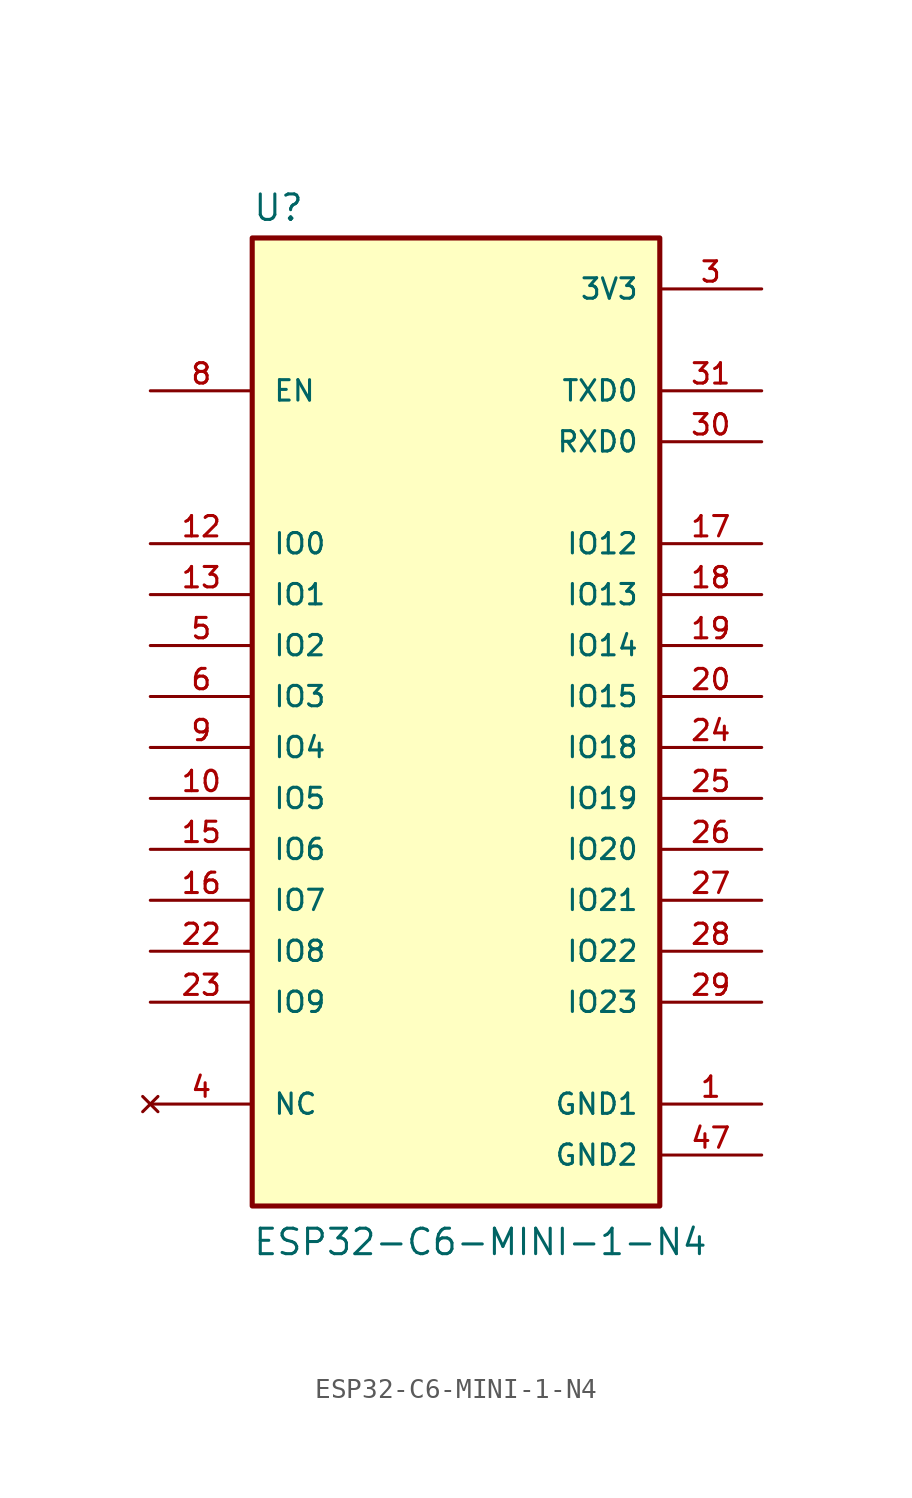
<source format=kicad_sym>
(kicad_symbol_lib
  (version 20211014)
  (generator kicad_symbol_editor)
  (symbol "ESP32-C6-MINI-1-N4"
    (pin_names
      (offset 1.016))
    (property "Reference" "U"
      (at -10.16 23.622 0)
      (effects (font (size 1.27 1.27)) (justify bottom left)))
    (property "Value" "ESP32-C6-MINI-1-N4"
      (at -10.16 -27.94 0)
      (effects (font (size 1.27 1.27)) (justify bottom left)))
    (symbol "ESP32-C6-MINI-1-N4_0_0"
      (rectangle (start -10.16 -25.4) (end 10.16 22.86) (stroke (width 0.254)) (fill (type background)))
      (pin bidirectional line (at -15.24 2.54 0) (length 5.08) (name "IO2" (effects (font (size 1.016 1.016)))) (number "5" (effects (font (size 1.016 1.016)))))
      (pin bidirectional line (at -15.24 0.0 0) (length 5.08) (name "IO3" (effects (font (size 1.016 1.016)))) (number "6" (effects (font (size 1.016 1.016)))))
      (pin bidirectional line (at -15.24 -2.54 0) (length 5.08) (name "IO4" (effects (font (size 1.016 1.016)))) (number "9" (effects (font (size 1.016 1.016)))))
      (pin bidirectional line (at -15.24 -5.08 0) (length 5.08) (name "IO5" (effects (font (size 1.016 1.016)))) (number "10" (effects (font (size 1.016 1.016)))))
      (pin bidirectional line (at -15.24 -7.62 0) (length 5.08) (name "IO6" (effects (font (size 1.016 1.016)))) (number "15" (effects (font (size 1.016 1.016)))))
      (pin bidirectional line (at -15.24 -10.16 0) (length 5.08) (name "IO7" (effects (font (size 1.016 1.016)))) (number "16" (effects (font (size 1.016 1.016)))))
      (pin bidirectional line (at -15.24 -12.7 0) (length 5.08) (name "IO8" (effects (font (size 1.016 1.016)))) (number "22" (effects (font (size 1.016 1.016)))))
      (pin bidirectional line (at -15.24 -15.24 0) (length 5.08) (name "IO9" (effects (font (size 1.016 1.016)))) (number "23" (effects (font (size 1.016 1.016)))))
      (pin bidirectional line (at 15.24 7.62 180.0) (length 5.08) (name "IO12" (effects (font (size 1.016 1.016)))) (number "17" (effects (font (size 1.016 1.016)))))
      (pin bidirectional line (at 15.24 5.08 180.0) (length 5.08) (name "IO13" (effects (font (size 1.016 1.016)))) (number "18" (effects (font (size 1.016 1.016)))))
      (pin bidirectional line (at 15.24 2.54 180.0) (length 5.08) (name "IO14" (effects (font (size 1.016 1.016)))) (number "19" (effects (font (size 1.016 1.016)))))
      (pin bidirectional line (at 15.24 0.0 180.0) (length 5.08) (name "IO15" (effects (font (size 1.016 1.016)))) (number "20" (effects (font (size 1.016 1.016)))))
      (pin bidirectional line (at 15.24 -2.54 180.0) (length 5.08) (name "IO18" (effects (font (size 1.016 1.016)))) (number "24" (effects (font (size 1.016 1.016)))))
      (pin bidirectional line (at 15.24 -5.08 180.0) (length 5.08) (name "IO19" (effects (font (size 1.016 1.016)))) (number "25" (effects (font (size 1.016 1.016)))))
      (pin bidirectional line (at 15.24 -7.62 180.0) (length 5.08) (name "IO20" (effects (font (size 1.016 1.016)))) (number "26" (effects (font (size 1.016 1.016)))))
      (pin bidirectional line (at 15.24 -10.16 180.0) (length 5.08) (name "IO21" (effects (font (size 1.016 1.016)))) (number "27" (effects (font (size 1.016 1.016)))))
      (pin bidirectional line (at 15.24 -12.7 180.0) (length 5.08) (name "IO22" (effects (font (size 1.016 1.016)))) (number "28" (effects (font (size 1.016 1.016)))))
      (pin bidirectional line (at 15.24 -15.24 180.0) (length 5.08) (name "IO23" (effects (font (size 1.016 1.016)))) (number "29" (effects (font (size 1.016 1.016)))))
      (pin input line (at -15.24 15.24 0) (length 5.08) (name "EN" (effects (font (size 1.016 1.016)))) (number "8" (effects (font (size 1.016 1.016)))))
      (pin bidirectional line (at 15.24 15.24 180.0) (length 5.08) (name "TXD0" (effects (font (size 1.016 1.016)))) (number "31" (effects (font (size 1.016 1.016)))))
      (pin bidirectional line (at 15.24 12.7 180.0) (length 5.08) (name "RXD0" (effects (font (size 1.016 1.016)))) (number "30" (effects (font (size 1.016 1.016)))))
      (pin power_in line (at 15.24 20.32 180.0) (length 5.08) (name "3V3" (effects (font (size 1.016 1.016)))) (number "3" (effects (font (size 1.016 1.016)))))
      (pin power_in line (at 15.24 -20.32 180.0) (length 5.08) (name "GND1" (effects (font (size 1.016 1.016)))) (number "1" (effects (font (size 1.016 1.016)))))
      (pin power_in line (at 15.24 -20.32 180.0) (length 5.08) hide (name "GND1" (effects (font (size 1.016 1.016)))) (number "2" (effects (font (size 1.016 1.016)))))
      (pin power_in line (at 15.24 -20.32 180.0) (length 5.08) hide (name "GND1" (effects (font (size 1.016 1.016)))) (number "11" (effects (font (size 1.016 1.016)))))
      (pin power_in line (at 15.24 -20.32 180.0) (length 5.08) hide (name "GND1" (effects (font (size 1.016 1.016)))) (number "14" (effects (font (size 1.016 1.016)))))
      (pin power_in line (at 15.24 -20.32 180.0) (length 5.08) hide (name "GND1" (effects (font (size 1.016 1.016)))) (number "36" (effects (font (size 1.016 1.016)))))
      (pin power_in line (at 15.24 -20.32 180.0) (length 5.08) hide (name "GND1" (effects (font (size 1.016 1.016)))) (number "37" (effects (font (size 1.016 1.016)))))
      (pin power_in line (at 15.24 -20.32 180.0) (length 5.08) hide (name "GND1" (effects (font (size 1.016 1.016)))) (number "38" (effects (font (size 1.016 1.016)))))
      (pin power_in line (at 15.24 -20.32 180.0) (length 5.08) hide (name "GND1" (effects (font (size 1.016 1.016)))) (number "39" (effects (font (size 1.016 1.016)))))
      (pin power_in line (at 15.24 -20.32 180.0) (length 5.08) hide (name "GND1" (effects (font (size 1.016 1.016)))) (number "40" (effects (font (size 1.016 1.016)))))
      (pin power_in line (at 15.24 -20.32 180.0) (length 5.08) hide (name "GND1" (effects (font (size 1.016 1.016)))) (number "41" (effects (font (size 1.016 1.016)))))
      (pin power_in line (at 15.24 -20.32 180.0) (length 5.08) hide (name "GND1" (effects (font (size 1.016 1.016)))) (number "42" (effects (font (size 1.016 1.016)))))
      (pin power_in line (at 15.24 -20.32 180.0) (length 5.08) hide (name "GND1" (effects (font (size 1.016 1.016)))) (number "43" (effects (font (size 1.016 1.016)))))
      (pin power_in line (at 15.24 -20.32 180.0) (length 5.08) hide (name "GND1" (effects (font (size 1.016 1.016)))) (number "44" (effects (font (size 1.016 1.016)))))
      (pin power_in line (at 15.24 -20.32 180.0) (length 5.08) hide (name "GND1" (effects (font (size 1.016 1.016)))) (number "45" (effects (font (size 1.016 1.016)))))
      (pin power_in line (at 15.24 -20.32 180.0) (length 5.08) hide (name "GND1" (effects (font (size 1.016 1.016)))) (number "46" (effects (font (size 1.016 1.016)))))
      (pin no_connect line (at -15.24 -20.32 0) (length 5.08) (name "NC" (effects (font (size 1.016 1.016)))) (number "4" (effects (font (size 1.016 1.016)))))
      (pin no_connect line (at -15.24 -20.32 0) (length 5.08) hide (name "NC" (effects (font (size 1.016 1.016)))) (number "7" (effects (font (size 1.016 1.016)))))
      (pin no_connect line (at -15.24 -20.32 0) (length 5.08) hide (name "NC" (effects (font (size 1.016 1.016)))) (number "21" (effects (font (size 1.016 1.016)))))
      (pin no_connect line (at -15.24 -20.32 0) (length 5.08) hide (name "NC" (effects (font (size 1.016 1.016)))) (number "32" (effects (font (size 1.016 1.016)))))
      (pin no_connect line (at -15.24 -20.32 0) (length 5.08) hide (name "NC" (effects (font (size 1.016 1.016)))) (number "33" (effects (font (size 1.016 1.016)))))
      (pin no_connect line (at -15.24 -20.32 0) (length 5.08) hide (name "NC" (effects (font (size 1.016 1.016)))) (number "34" (effects (font (size 1.016 1.016)))))
      (pin no_connect line (at -15.24 -20.32 0) (length 5.08) hide (name "NC" (effects (font (size 1.016 1.016)))) (number "35" (effects (font (size 1.016 1.016)))))
      (pin bidirectional line (at -15.24 5.08 0) (length 5.08) (name "IO1" (effects (font (size 1.016 1.016)))) (number "13" (effects (font (size 1.016 1.016)))))
      (pin bidirectional line (at -15.24 7.62 0) (length 5.08) (name "IO0" (effects (font (size 1.016 1.016)))) (number "12" (effects (font (size 1.016 1.016)))))
      (pin power_in line (at 15.24 -22.86 180.0) (length 5.08) (name "GND2" (effects (font (size 1.016 1.016)))) (number "47" (effects (font (size 1.016 1.016)))))
      (pin power_in line (at 15.24 -22.86 180.0) (length 5.08) hide (name "GND2" (effects (font (size 1.016 1.016)))) (number "48" (effects (font (size 1.016 1.016)))))
      (pin power_in line (at 15.24 -22.86 180.0) (length 5.08) hide (name "GND2" (effects (font (size 1.016 1.016)))) (number "49_1" (effects (font (size 1.016 1.016)))))
      (pin power_in line (at 15.24 -22.86 180.0) (length 5.08) hide (name "GND2" (effects (font (size 1.016 1.016)))) (number "49_2" (effects (font (size 1.016 1.016)))))
      (pin power_in line (at 15.24 -22.86 180.0) (length 5.08) hide (name "GND2" (effects (font (size 1.016 1.016)))) (number "49_3" (effects (font (size 1.016 1.016)))))
      (pin power_in line (at 15.24 -22.86 180.0) (length 5.08) hide (name "GND2" (effects (font (size 1.016 1.016)))) (number "49_4" (effects (font (size 1.016 1.016)))))
      (pin power_in line (at 15.24 -22.86 180.0) (length 5.08) hide (name "GND2" (effects (font (size 1.016 1.016)))) (number "49_5" (effects (font (size 1.016 1.016)))))
      (pin power_in line (at 15.24 -22.86 180.0) (length 5.08) hide (name "GND2" (effects (font (size 1.016 1.016)))) (number "49_6" (effects (font (size 1.016 1.016)))))
      (pin power_in line (at 15.24 -22.86 180.0) (length 5.08) hide (name "GND2" (effects (font (size 1.016 1.016)))) (number "49_7" (effects (font (size 1.016 1.016)))))
      (pin power_in line (at 15.24 -22.86 180.0) (length 5.08) hide (name "GND2" (effects (font (size 1.016 1.016)))) (number "49_8" (effects (font (size 1.016 1.016)))))
      (pin power_in line (at 15.24 -22.86 180.0) (length 5.08) hide (name "GND2" (effects (font (size 1.016 1.016)))) (number "49_9" (effects (font (size 1.016 1.016)))))
      (pin power_in line (at 15.24 -22.86 180.0) (length 5.08) hide (name "GND2" (effects (font (size 1.016 1.016)))) (number "50" (effects (font (size 1.016 1.016)))))
      (pin power_in line (at 15.24 -22.86 180.0) (length 5.08) hide (name "GND2" (effects (font (size 1.016 1.016)))) (number "51" (effects (font (size 1.016 1.016)))))
      (pin power_in line (at 15.24 -22.86 180.0) (length 5.08) hide (name "GND2" (effects (font (size 1.016 1.016)))) (number "52" (effects (font (size 1.016 1.016)))))
      (pin power_in line (at 15.24 -22.86 180.0) (length 5.08) hide (name "GND2" (effects (font (size 1.016 1.016)))) (number "53" (effects (font (size 1.016 1.016))))))))
</source>
